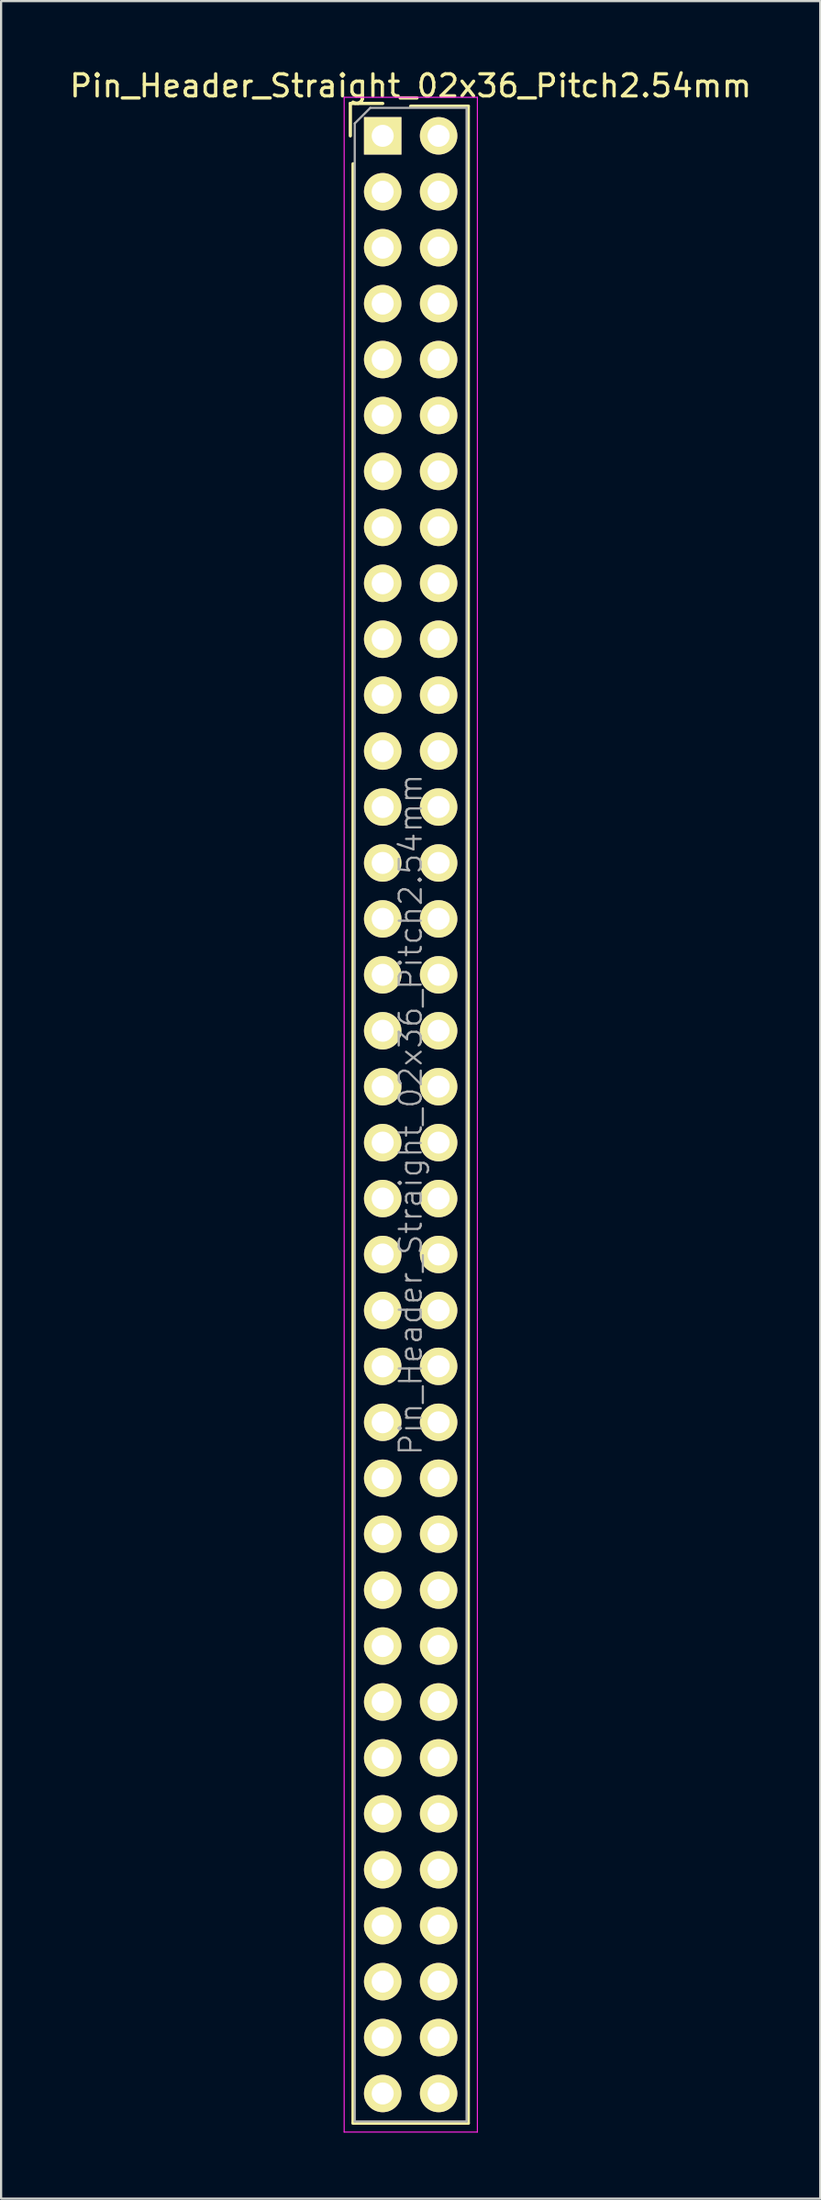
<source format=kicad_pcb>
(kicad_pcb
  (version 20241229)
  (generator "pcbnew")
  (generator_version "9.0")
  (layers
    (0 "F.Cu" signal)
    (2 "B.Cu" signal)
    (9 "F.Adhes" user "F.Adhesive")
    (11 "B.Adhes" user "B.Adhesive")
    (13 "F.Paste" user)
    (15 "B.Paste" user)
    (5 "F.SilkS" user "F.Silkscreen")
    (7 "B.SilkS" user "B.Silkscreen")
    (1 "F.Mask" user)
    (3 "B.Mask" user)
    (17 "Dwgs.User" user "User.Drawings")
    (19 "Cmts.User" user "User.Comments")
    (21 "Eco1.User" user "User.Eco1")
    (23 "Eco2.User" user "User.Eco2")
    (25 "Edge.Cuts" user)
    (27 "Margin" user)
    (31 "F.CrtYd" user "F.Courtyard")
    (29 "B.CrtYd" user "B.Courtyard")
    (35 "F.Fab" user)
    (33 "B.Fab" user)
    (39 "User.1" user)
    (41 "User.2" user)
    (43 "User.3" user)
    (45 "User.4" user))
  (footprint "Pin_Header_Straight_02x36_Pitch2.54mm"
    (layer "F.Cu")
    (at 14.331 3.118)
    (property "Reference" "Pin_Header_Straight_02x36_Pitch2.54mm" (at 1.27 -2.27 0) (layer "F.SilkS") (effects (font (size 1 1) (thickness 0.15))))
    (attr smd)
    (fp_line (start -1.47 -1.47) (end -1.47 0) (stroke (width 0.15) (type solid)) (layer "F.SilkS"))
    (fp_line (start -1.47 -1.47) (end 0 -1.47) (stroke (width 0.15) (type solid)) (layer "F.SilkS"))
    (fp_line (start -1.345 1.27) (end -1.345 90.245) (stroke (width 0.15) (type solid)) (layer "F.SilkS"))
    (fp_line (start -1.345 90.245) (end 3.885 90.245) (stroke (width 0.15) (type solid)) (layer "F.SilkS"))
    (fp_line (start 1.27 -1.345) (end 3.885 -1.345) (stroke (width 0.15) (type solid)) (layer "F.SilkS"))
    (fp_line (start 3.885 -1.345) (end 3.885 90.245) (stroke (width 0.15) (type solid)) (layer "F.SilkS"))
    (fp_line (start -1.75 -1.75) (end -1.75 90.65) (stroke (width 0.05) (type solid)) (layer "F.CrtYd"))
    (fp_line (start 4.3 -1.75) (end -1.75 -1.75) (stroke (width 0.05) (type solid)) (layer "F.CrtYd"))
    (fp_line (start 4.3 -1.75) (end 4.3 90.65) (stroke (width 0.05) (type solid)) (layer "F.CrtYd"))
    (fp_line (start 4.3 90.65) (end -1.75 90.65) (stroke (width 0.05) (type solid)) (layer "F.CrtYd"))
    (fp_line (start -1.27 -0.563) (end -0.563 -1.27) (stroke (width 0.1) (type solid)) (layer "F.Fab"))
    (fp_line (start -1.27 90.17) (end -1.27 -0.563) (stroke (width 0.1) (type solid)) (layer "F.Fab"))
    (fp_line (start 3.81 -1.27) (end -0.563 -1.27) (stroke (width 0.1) (type solid)) (layer "F.Fab"))
    (fp_line (start 3.81 90.17) (end -1.27 90.17) (stroke (width 0.1) (type solid)) (layer "F.Fab"))
    (fp_line (start 3.81 90.17) (end 3.81 -1.27) (stroke (width 0.1) (type solid)) (layer "F.Fab"))
    (fp_text user "${REFERENCE}" (at 1.27 44.45 90) (layer "F.Fab") (effects (font (size 1 1) (thickness 0.1))))
    (pad "1" thru_hole rect (at 0 0) (size 1.7 1.7) (drill 1) (layers "*.Cu" "*.Mask" "F.SilkS"))
    (pad "2" thru_hole oval (at 2.54 0) (size 1.7 1.7) (drill 1) (layers "*.Cu" "*.Mask" "F.SilkS"))
    (pad "3" thru_hole oval (at 0 2.54) (size 1.7 1.7) (drill 1) (layers "*.Cu" "*.Mask" "F.SilkS"))
    (pad "4" thru_hole oval (at 2.54 2.54) (size 1.7 1.7) (drill 1) (layers "*.Cu" "*.Mask" "F.SilkS"))
    (pad "5" thru_hole oval (at 0 5.08) (size 1.7 1.7) (drill 1) (layers "*.Cu" "*.Mask" "F.SilkS"))
    (pad "6" thru_hole oval (at 2.54 5.08) (size 1.7 1.7) (drill 1) (layers "*.Cu" "*.Mask" "F.SilkS"))
    (pad "7" thru_hole oval (at 0 7.62) (size 1.7 1.7) (drill 1) (layers "*.Cu" "*.Mask" "F.SilkS"))
    (pad "8" thru_hole oval (at 2.54 7.62) (size 1.7 1.7) (drill 1) (layers "*.Cu" "*.Mask" "F.SilkS"))
    (pad "9" thru_hole oval (at 0 10.16) (size 1.7 1.7) (drill 1) (layers "*.Cu" "*.Mask" "F.SilkS"))
    (pad "10" thru_hole oval (at 2.54 10.16) (size 1.7 1.7) (drill 1) (layers "*.Cu" "*.Mask" "F.SilkS"))
    (pad "11" thru_hole oval (at 0 12.7) (size 1.7 1.7) (drill 1) (layers "*.Cu" "*.Mask" "F.SilkS"))
    (pad "12" thru_hole oval (at 2.54 12.7) (size 1.7 1.7) (drill 1) (layers "*.Cu" "*.Mask" "F.SilkS"))
    (pad "13" thru_hole oval (at 0 15.24) (size 1.7 1.7) (drill 1) (layers "*.Cu" "*.Mask" "F.SilkS"))
    (pad "14" thru_hole oval (at 2.54 15.24) (size 1.7 1.7) (drill 1) (layers "*.Cu" "*.Mask" "F.SilkS"))
    (pad "15" thru_hole oval (at 0 17.78) (size 1.7 1.7) (drill 1) (layers "*.Cu" "*.Mask" "F.SilkS"))
    (pad "16" thru_hole oval (at 2.54 17.78) (size 1.7 1.7) (drill 1) (layers "*.Cu" "*.Mask" "F.SilkS"))
    (pad "17" thru_hole oval (at 0 20.32) (size 1.7 1.7) (drill 1) (layers "*.Cu" "*.Mask" "F.SilkS"))
    (pad "18" thru_hole oval (at 2.54 20.32) (size 1.7 1.7) (drill 1) (layers "*.Cu" "*.Mask" "F.SilkS"))
    (pad "19" thru_hole oval (at 0 22.86) (size 1.7 1.7) (drill 1) (layers "*.Cu" "*.Mask" "F.SilkS"))
    (pad "20" thru_hole oval (at 2.54 22.86) (size 1.7 1.7) (drill 1) (layers "*.Cu" "*.Mask" "F.SilkS"))
    (pad "21" thru_hole oval (at 0 25.4) (size 1.7 1.7) (drill 1) (layers "*.Cu" "*.Mask" "F.SilkS"))
    (pad "22" thru_hole oval (at 2.54 25.4) (size 1.7 1.7) (drill 1) (layers "*.Cu" "*.Mask" "F.SilkS"))
    (pad "23" thru_hole oval (at 0 27.94) (size 1.7 1.7) (drill 1) (layers "*.Cu" "*.Mask" "F.SilkS"))
    (pad "24" thru_hole oval (at 2.54 27.94) (size 1.7 1.7) (drill 1) (layers "*.Cu" "*.Mask" "F.SilkS"))
    (pad "25" thru_hole oval (at 0 30.48) (size 1.7 1.7) (drill 1) (layers "*.Cu" "*.Mask" "F.SilkS"))
    (pad "26" thru_hole oval (at 2.54 30.48) (size 1.7 1.7) (drill 1) (layers "*.Cu" "*.Mask" "F.SilkS"))
    (pad "27" thru_hole oval (at 0 33.02) (size 1.7 1.7) (drill 1) (layers "*.Cu" "*.Mask" "F.SilkS"))
    (pad "28" thru_hole oval (at 2.54 33.02) (size 1.7 1.7) (drill 1) (layers "*.Cu" "*.Mask" "F.SilkS"))
    (pad "29" thru_hole oval (at 0 35.56) (size 1.7 1.7) (drill 1) (layers "*.Cu" "*.Mask" "F.SilkS"))
    (pad "30" thru_hole oval (at 2.54 35.56) (size 1.7 1.7) (drill 1) (layers "*.Cu" "*.Mask" "F.SilkS"))
    (pad "31" thru_hole oval (at 0 38.1) (size 1.7 1.7) (drill 1) (layers "*.Cu" "*.Mask" "F.SilkS"))
    (pad "32" thru_hole oval (at 2.54 38.1) (size 1.7 1.7) (drill 1) (layers "*.Cu" "*.Mask" "F.SilkS"))
    (pad "33" thru_hole oval (at 0 40.64) (size 1.7 1.7) (drill 1) (layers "*.Cu" "*.Mask" "F.SilkS"))
    (pad "34" thru_hole oval (at 2.54 40.64) (size 1.7 1.7) (drill 1) (layers "*.Cu" "*.Mask" "F.SilkS"))
    (pad "35" thru_hole oval (at 0 43.18) (size 1.7 1.7) (drill 1) (layers "*.Cu" "*.Mask" "F.SilkS"))
    (pad "36" thru_hole oval (at 2.54 43.18) (size 1.7 1.7) (drill 1) (layers "*.Cu" "*.Mask" "F.SilkS"))
    (pad "37" thru_hole oval (at 0 45.72) (size 1.7 1.7) (drill 1) (layers "*.Cu" "*.Mask" "F.SilkS"))
    (pad "38" thru_hole oval (at 2.54 45.72) (size 1.7 1.7) (drill 1) (layers "*.Cu" "*.Mask" "F.SilkS"))
    (pad "39" thru_hole oval (at 0 48.26) (size 1.7 1.7) (drill 1) (layers "*.Cu" "*.Mask" "F.SilkS"))
    (pad "40" thru_hole oval (at 2.54 48.26) (size 1.7 1.7) (drill 1) (layers "*.Cu" "*.Mask" "F.SilkS"))
    (pad "41" thru_hole oval (at 0 50.8) (size 1.7 1.7) (drill 1) (layers "*.Cu" "*.Mask" "F.SilkS"))
    (pad "42" thru_hole oval (at 2.54 50.8) (size 1.7 1.7) (drill 1) (layers "*.Cu" "*.Mask" "F.SilkS"))
    (pad "43" thru_hole oval (at 0 53.34) (size 1.7 1.7) (drill 1) (layers "*.Cu" "*.Mask" "F.SilkS"))
    (pad "44" thru_hole oval (at 2.54 53.34) (size 1.7 1.7) (drill 1) (layers "*.Cu" "*.Mask" "F.SilkS"))
    (pad "45" thru_hole oval (at 0 55.88) (size 1.7 1.7) (drill 1) (layers "*.Cu" "*.Mask" "F.SilkS"))
    (pad "46" thru_hole oval (at 2.54 55.88) (size 1.7 1.7) (drill 1) (layers "*.Cu" "*.Mask" "F.SilkS"))
    (pad "47" thru_hole oval (at 0 58.42) (size 1.7 1.7) (drill 1) (layers "*.Cu" "*.Mask" "F.SilkS"))
    (pad "48" thru_hole oval (at 2.54 58.42) (size 1.7 1.7) (drill 1) (layers "*.Cu" "*.Mask" "F.SilkS"))
    (pad "49" thru_hole oval (at 0 60.96) (size 1.7 1.7) (drill 1) (layers "*.Cu" "*.Mask" "F.SilkS"))
    (pad "50" thru_hole oval (at 2.54 60.96) (size 1.7 1.7) (drill 1) (layers "*.Cu" "*.Mask" "F.SilkS"))
    (pad "51" thru_hole oval (at 0 63.5) (size 1.7 1.7) (drill 1) (layers "*.Cu" "*.Mask" "F.SilkS"))
    (pad "52" thru_hole oval (at 2.54 63.5) (size 1.7 1.7) (drill 1) (layers "*.Cu" "*.Mask" "F.SilkS"))
    (pad "53" thru_hole oval (at 0 66.04) (size 1.7 1.7) (drill 1) (layers "*.Cu" "*.Mask" "F.SilkS"))
    (pad "54" thru_hole oval (at 2.54 66.04) (size 1.7 1.7) (drill 1) (layers "*.Cu" "*.Mask" "F.SilkS"))
    (pad "55" thru_hole oval (at 0 68.58) (size 1.7 1.7) (drill 1) (layers "*.Cu" "*.Mask" "F.SilkS"))
    (pad "56" thru_hole oval (at 2.54 68.58) (size 1.7 1.7) (drill 1) (layers "*.Cu" "*.Mask" "F.SilkS"))
    (pad "57" thru_hole oval (at 0 71.12) (size 1.7 1.7) (drill 1) (layers "*.Cu" "*.Mask" "F.SilkS"))
    (pad "58" thru_hole oval (at 2.54 71.12) (size 1.7 1.7) (drill 1) (layers "*.Cu" "*.Mask" "F.SilkS"))
    (pad "59" thru_hole oval (at 0 73.66) (size 1.7 1.7) (drill 1) (layers "*.Cu" "*.Mask" "F.SilkS"))
    (pad "60" thru_hole oval (at 2.54 73.66) (size 1.7 1.7) (drill 1) (layers "*.Cu" "*.Mask" "F.SilkS"))
    (pad "61" thru_hole oval (at 0 76.2) (size 1.7 1.7) (drill 1) (layers "*.Cu" "*.Mask" "F.SilkS"))
    (pad "62" thru_hole oval (at 2.54 76.2) (size 1.7 1.7) (drill 1) (layers "*.Cu" "*.Mask" "F.SilkS"))
    (pad "63" thru_hole oval (at 0 78.74) (size 1.7 1.7) (drill 1) (layers "*.Cu" "*.Mask" "F.SilkS"))
    (pad "64" thru_hole oval (at 2.54 78.74) (size 1.7 1.7) (drill 1) (layers "*.Cu" "*.Mask" "F.SilkS"))
    (pad "65" thru_hole oval (at 0 81.28) (size 1.7 1.7) (drill 1) (layers "*.Cu" "*.Mask" "F.SilkS"))
    (pad "66" thru_hole oval (at 2.54 81.28) (size 1.7 1.7) (drill 1) (layers "*.Cu" "*.Mask" "F.SilkS"))
    (pad "67" thru_hole oval (at 0 83.82) (size 1.7 1.7) (drill 1) (layers "*.Cu" "*.Mask" "F.SilkS"))
    (pad "68" thru_hole oval (at 2.54 83.82) (size 1.7 1.7) (drill 1) (layers "*.Cu" "*.Mask" "F.SilkS"))
    (pad "69" thru_hole oval (at 0 86.36) (size 1.7 1.7) (drill 1) (layers "*.Cu" "*.Mask" "F.SilkS"))
    (pad "70" thru_hole oval (at 2.54 86.36) (size 1.7 1.7) (drill 1) (layers "*.Cu" "*.Mask" "F.SilkS"))
    (pad "71" thru_hole oval (at 0 88.9) (size 1.7 1.7) (drill 1) (layers "*.Cu" "*.Mask" "F.SilkS"))
    (pad "72" thru_hole oval (at 2.54 88.9) (size 1.7 1.7) (drill 1) (layers "*.Cu" "*.Mask" "F.SilkS")))
  (gr_rect
    (start -3 -3)
    (end 34.202 96.793)
    (stroke (width 0.1) (type default))
    (fill no)
    (layer "Edge.Cuts")))
</source>
